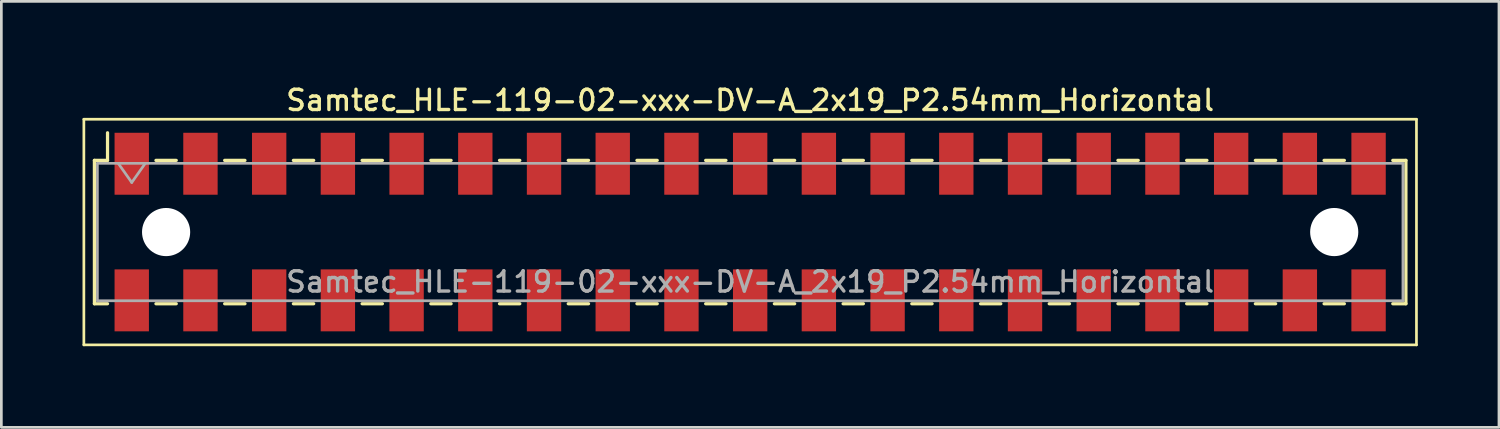
<source format=kicad_pcb>
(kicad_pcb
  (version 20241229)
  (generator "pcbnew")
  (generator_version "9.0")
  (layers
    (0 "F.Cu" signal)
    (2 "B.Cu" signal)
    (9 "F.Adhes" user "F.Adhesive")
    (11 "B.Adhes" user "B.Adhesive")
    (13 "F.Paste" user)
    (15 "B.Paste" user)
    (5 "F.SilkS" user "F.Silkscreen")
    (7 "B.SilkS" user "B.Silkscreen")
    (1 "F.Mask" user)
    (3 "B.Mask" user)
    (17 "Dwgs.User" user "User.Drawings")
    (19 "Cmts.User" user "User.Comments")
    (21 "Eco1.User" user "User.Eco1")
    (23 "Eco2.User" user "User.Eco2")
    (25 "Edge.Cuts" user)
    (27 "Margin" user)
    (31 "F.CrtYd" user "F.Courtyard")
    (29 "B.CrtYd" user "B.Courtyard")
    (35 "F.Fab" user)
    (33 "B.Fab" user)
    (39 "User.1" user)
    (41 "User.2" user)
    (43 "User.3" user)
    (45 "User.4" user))
  (footprint "Samtec_HLE-119-02-xxx-DV-A_2x19_P2.54mm_Horizontal"
    (layer "F.Cu")
    (at 24.68 5.528)
    (property "Reference" "Samtec_HLE-119-02-xxx-DV-A_2x19_P2.54mm_Horizontal" (at 0 -4.87 0) (layer "F.SilkS") (effects (font (size 0.75 0.75) (thickness 0.125))))
    (attr smd)
    (fp_line (start -24.63 -4.17) (end 24.63 -4.17) (stroke (width 0.1) (type solid)) (layer "F.SilkS"))
    (fp_line (start -24.63 4.17) (end -24.63 -4.17) (stroke (width 0.1) (type solid)) (layer "F.SilkS"))
    (fp_line (start -24.24 -2.65) (end -24.24 2.65) (stroke (width 0.12) (type solid)) (layer "F.SilkS"))
    (fp_line (start -24.24 2.65) (end -23.755 2.65) (stroke (width 0.12) (type solid)) (layer "F.SilkS"))
    (fp_line (start -23.755 -3.67) (end -23.755 -2.65) (stroke (width 0.12) (type solid)) (layer "F.SilkS"))
    (fp_line (start -23.755 -2.65) (end -24.24 -2.65) (stroke (width 0.12) (type solid)) (layer "F.SilkS"))
    (fp_line (start -21.965 -2.65) (end -21.215 -2.65) (stroke (width 0.12) (type solid)) (layer "F.SilkS"))
    (fp_line (start -21.965 2.65) (end -21.215 2.65) (stroke (width 0.12) (type solid)) (layer "F.SilkS"))
    (fp_line (start -19.425 -2.65) (end -18.675 -2.65) (stroke (width 0.12) (type solid)) (layer "F.SilkS"))
    (fp_line (start -19.425 2.65) (end -18.675 2.65) (stroke (width 0.12) (type solid)) (layer "F.SilkS"))
    (fp_line (start -16.885 -2.65) (end -16.135 -2.65) (stroke (width 0.12) (type solid)) (layer "F.SilkS"))
    (fp_line (start -16.885 2.65) (end -16.135 2.65) (stroke (width 0.12) (type solid)) (layer "F.SilkS"))
    (fp_line (start -14.345 -2.65) (end -13.595 -2.65) (stroke (width 0.12) (type solid)) (layer "F.SilkS"))
    (fp_line (start -14.345 2.65) (end -13.595 2.65) (stroke (width 0.12) (type solid)) (layer "F.SilkS"))
    (fp_line (start -11.805 -2.65) (end -11.055 -2.65) (stroke (width 0.12) (type solid)) (layer "F.SilkS"))
    (fp_line (start -11.805 2.65) (end -11.055 2.65) (stroke (width 0.12) (type solid)) (layer "F.SilkS"))
    (fp_line (start -9.265 -2.65) (end -8.515 -2.65) (stroke (width 0.12) (type solid)) (layer "F.SilkS"))
    (fp_line (start -9.265 2.65) (end -8.515 2.65) (stroke (width 0.12) (type solid)) (layer "F.SilkS"))
    (fp_line (start -6.725 -2.65) (end -5.975 -2.65) (stroke (width 0.12) (type solid)) (layer "F.SilkS"))
    (fp_line (start -6.725 2.65) (end -5.975 2.65) (stroke (width 0.12) (type solid)) (layer "F.SilkS"))
    (fp_line (start -4.185 -2.65) (end -3.435 -2.65) (stroke (width 0.12) (type solid)) (layer "F.SilkS"))
    (fp_line (start -4.185 2.65) (end -3.435 2.65) (stroke (width 0.12) (type solid)) (layer "F.SilkS"))
    (fp_line (start -1.645 -2.65) (end -0.895 -2.65) (stroke (width 0.12) (type solid)) (layer "F.SilkS"))
    (fp_line (start -1.645 2.65) (end -0.895 2.65) (stroke (width 0.12) (type solid)) (layer "F.SilkS"))
    (fp_line (start 0.895 -2.65) (end 1.645 -2.65) (stroke (width 0.12) (type solid)) (layer "F.SilkS"))
    (fp_line (start 0.895 2.65) (end 1.645 2.65) (stroke (width 0.12) (type solid)) (layer "F.SilkS"))
    (fp_line (start 3.435 -2.65) (end 4.185 -2.65) (stroke (width 0.12) (type solid)) (layer "F.SilkS"))
    (fp_line (start 3.435 2.65) (end 4.185 2.65) (stroke (width 0.12) (type solid)) (layer "F.SilkS"))
    (fp_line (start 5.975 -2.65) (end 6.725 -2.65) (stroke (width 0.12) (type solid)) (layer "F.SilkS"))
    (fp_line (start 5.975 2.65) (end 6.725 2.65) (stroke (width 0.12) (type solid)) (layer "F.SilkS"))
    (fp_line (start 8.515 -2.65) (end 9.265 -2.65) (stroke (width 0.12) (type solid)) (layer "F.SilkS"))
    (fp_line (start 8.515 2.65) (end 9.265 2.65) (stroke (width 0.12) (type solid)) (layer "F.SilkS"))
    (fp_line (start 11.055 -2.65) (end 11.805 -2.65) (stroke (width 0.12) (type solid)) (layer "F.SilkS"))
    (fp_line (start 11.055 2.65) (end 11.805 2.65) (stroke (width 0.12) (type solid)) (layer "F.SilkS"))
    (fp_line (start 13.595 -2.65) (end 14.345 -2.65) (stroke (width 0.12) (type solid)) (layer "F.SilkS"))
    (fp_line (start 13.595 2.65) (end 14.345 2.65) (stroke (width 0.12) (type solid)) (layer "F.SilkS"))
    (fp_line (start 16.135 -2.65) (end 16.885 -2.65) (stroke (width 0.12) (type solid)) (layer "F.SilkS"))
    (fp_line (start 16.135 2.65) (end 16.885 2.65) (stroke (width 0.12) (type solid)) (layer "F.SilkS"))
    (fp_line (start 18.675 -2.65) (end 19.425 -2.65) (stroke (width 0.12) (type solid)) (layer "F.SilkS"))
    (fp_line (start 18.675 2.65) (end 19.425 2.65) (stroke (width 0.12) (type solid)) (layer "F.SilkS"))
    (fp_line (start 21.215 -2.65) (end 21.965 -2.65) (stroke (width 0.12) (type solid)) (layer "F.SilkS"))
    (fp_line (start 21.215 2.65) (end 21.965 2.65) (stroke (width 0.12) (type solid)) (layer "F.SilkS"))
    (fp_line (start 23.755 -2.65) (end 24.24 -2.65) (stroke (width 0.12) (type solid)) (layer "F.SilkS"))
    (fp_line (start 24.24 -2.65) (end 24.24 2.65) (stroke (width 0.12) (type solid)) (layer "F.SilkS"))
    (fp_line (start 24.24 2.65) (end 23.755 2.65) (stroke (width 0.12) (type solid)) (layer "F.SilkS"))
    (fp_line (start 24.63 -4.17) (end 24.63 4.17) (stroke (width 0.1) (type solid)) (layer "F.SilkS"))
    (fp_line (start 24.63 4.17) (end -24.63 4.17) (stroke (width 0.1) (type solid)) (layer "F.SilkS"))
    (fp_line (start -24.13 -2.54) (end 24.13 -2.54) (stroke (width 0.1) (type solid)) (layer "F.Fab"))
    (fp_line (start -24.13 2.54) (end -24.13 -2.54) (stroke (width 0.1) (type solid)) (layer "F.Fab"))
    (fp_line (start -23.36 -2.54) (end -22.86 -1.833) (stroke (width 0.1) (type solid)) (layer "F.Fab"))
    (fp_line (start -22.86 -1.833) (end -22.36 -2.54) (stroke (width 0.1) (type solid)) (layer "F.Fab"))
    (fp_line (start 24.13 -2.54) (end 24.13 2.54) (stroke (width 0.1) (type solid)) (layer "F.Fab"))
    (fp_line (start 24.13 2.54) (end -24.13 2.54) (stroke (width 0.1) (type solid)) (layer "F.Fab"))
    (fp_text user "${REFERENCE}" (at 0 1.84 0) (layer "F.Fab") (effects (font (size 0.75 0.75) (thickness 0.125))))
    (pad "" np_thru_hole circle (at -21.59 0) (size 1.78 1.78) (drill 1.78) (layers "*.Cu" "*.Mask"))
    (pad "" np_thru_hole circle (at 21.59 0) (size 1.78 1.78) (drill 1.78) (layers "*.Cu" "*.Mask"))
    (pad "1" smd rect (at -22.86 -2.525) (size 1.27 2.29) (layers "F.Cu" "F.Mask" "F.Paste"))
    (pad "2" smd rect (at -22.86 2.525) (size 1.27 2.29) (layers "F.Cu" "F.Mask" "F.Paste"))
    (pad "3" smd rect (at -20.32 -2.525) (size 1.27 2.29) (layers "F.Cu" "F.Mask" "F.Paste"))
    (pad "4" smd rect (at -20.32 2.525) (size 1.27 2.29) (layers "F.Cu" "F.Mask" "F.Paste"))
    (pad "5" smd rect (at -17.78 -2.525) (size 1.27 2.29) (layers "F.Cu" "F.Mask" "F.Paste"))
    (pad "6" smd rect (at -17.78 2.525) (size 1.27 2.29) (layers "F.Cu" "F.Mask" "F.Paste"))
    (pad "7" smd rect (at -15.24 -2.525) (size 1.27 2.29) (layers "F.Cu" "F.Mask" "F.Paste"))
    (pad "8" smd rect (at -15.24 2.525) (size 1.27 2.29) (layers "F.Cu" "F.Mask" "F.Paste"))
    (pad "9" smd rect (at -12.7 -2.525) (size 1.27 2.29) (layers "F.Cu" "F.Mask" "F.Paste"))
    (pad "10" smd rect (at -12.7 2.525) (size 1.27 2.29) (layers "F.Cu" "F.Mask" "F.Paste"))
    (pad "11" smd rect (at -10.16 -2.525) (size 1.27 2.29) (layers "F.Cu" "F.Mask" "F.Paste"))
    (pad "12" smd rect (at -10.16 2.525) (size 1.27 2.29) (layers "F.Cu" "F.Mask" "F.Paste"))
    (pad "13" smd rect (at -7.62 -2.525) (size 1.27 2.29) (layers "F.Cu" "F.Mask" "F.Paste"))
    (pad "14" smd rect (at -7.62 2.525) (size 1.27 2.29) (layers "F.Cu" "F.Mask" "F.Paste"))
    (pad "15" smd rect (at -5.08 -2.525) (size 1.27 2.29) (layers "F.Cu" "F.Mask" "F.Paste"))
    (pad "16" smd rect (at -5.08 2.525) (size 1.27 2.29) (layers "F.Cu" "F.Mask" "F.Paste"))
    (pad "17" smd rect (at -2.54 -2.525) (size 1.27 2.29) (layers "F.Cu" "F.Mask" "F.Paste"))
    (pad "18" smd rect (at -2.54 2.525) (size 1.27 2.29) (layers "F.Cu" "F.Mask" "F.Paste"))
    (pad "19" smd rect (at 0 -2.525) (size 1.27 2.29) (layers "F.Cu" "F.Mask" "F.Paste"))
    (pad "20" smd rect (at 0 2.525) (size 1.27 2.29) (layers "F.Cu" "F.Mask" "F.Paste"))
    (pad "21" smd rect (at 2.54 -2.525) (size 1.27 2.29) (layers "F.Cu" "F.Mask" "F.Paste"))
    (pad "22" smd rect (at 2.54 2.525) (size 1.27 2.29) (layers "F.Cu" "F.Mask" "F.Paste"))
    (pad "23" smd rect (at 5.08 -2.525) (size 1.27 2.29) (layers "F.Cu" "F.Mask" "F.Paste"))
    (pad "24" smd rect (at 5.08 2.525) (size 1.27 2.29) (layers "F.Cu" "F.Mask" "F.Paste"))
    (pad "25" smd rect (at 7.62 -2.525) (size 1.27 2.29) (layers "F.Cu" "F.Mask" "F.Paste"))
    (pad "26" smd rect (at 7.62 2.525) (size 1.27 2.29) (layers "F.Cu" "F.Mask" "F.Paste"))
    (pad "27" smd rect (at 10.16 -2.525) (size 1.27 2.29) (layers "F.Cu" "F.Mask" "F.Paste"))
    (pad "28" smd rect (at 10.16 2.525) (size 1.27 2.29) (layers "F.Cu" "F.Mask" "F.Paste"))
    (pad "29" smd rect (at 12.7 -2.525) (size 1.27 2.29) (layers "F.Cu" "F.Mask" "F.Paste"))
    (pad "30" smd rect (at 12.7 2.525) (size 1.27 2.29) (layers "F.Cu" "F.Mask" "F.Paste"))
    (pad "31" smd rect (at 15.24 -2.525) (size 1.27 2.29) (layers "F.Cu" "F.Mask" "F.Paste"))
    (pad "32" smd rect (at 15.24 2.525) (size 1.27 2.29) (layers "F.Cu" "F.Mask" "F.Paste"))
    (pad "33" smd rect (at 17.78 -2.525) (size 1.27 2.29) (layers "F.Cu" "F.Mask" "F.Paste"))
    (pad "34" smd rect (at 17.78 2.525) (size 1.27 2.29) (layers "F.Cu" "F.Mask" "F.Paste"))
    (pad "35" smd rect (at 20.32 -2.525) (size 1.27 2.29) (layers "F.Cu" "F.Mask" "F.Paste"))
    (pad "36" smd rect (at 20.32 2.525) (size 1.27 2.29) (layers "F.Cu" "F.Mask" "F.Paste"))
    (pad "37" smd rect (at 22.86 -2.525) (size 1.27 2.29) (layers "F.Cu" "F.Mask" "F.Paste"))
    (pad "38" smd rect (at 22.86 2.525) (size 1.27 2.29) (layers "F.Cu" "F.Mask" "F.Paste")))
  (gr_rect
    (start -3 -3)
    (end 52.36 12.748)
    (stroke (width 0.1) (type default))
    (fill no)
    (layer "Edge.Cuts")))
</source>
